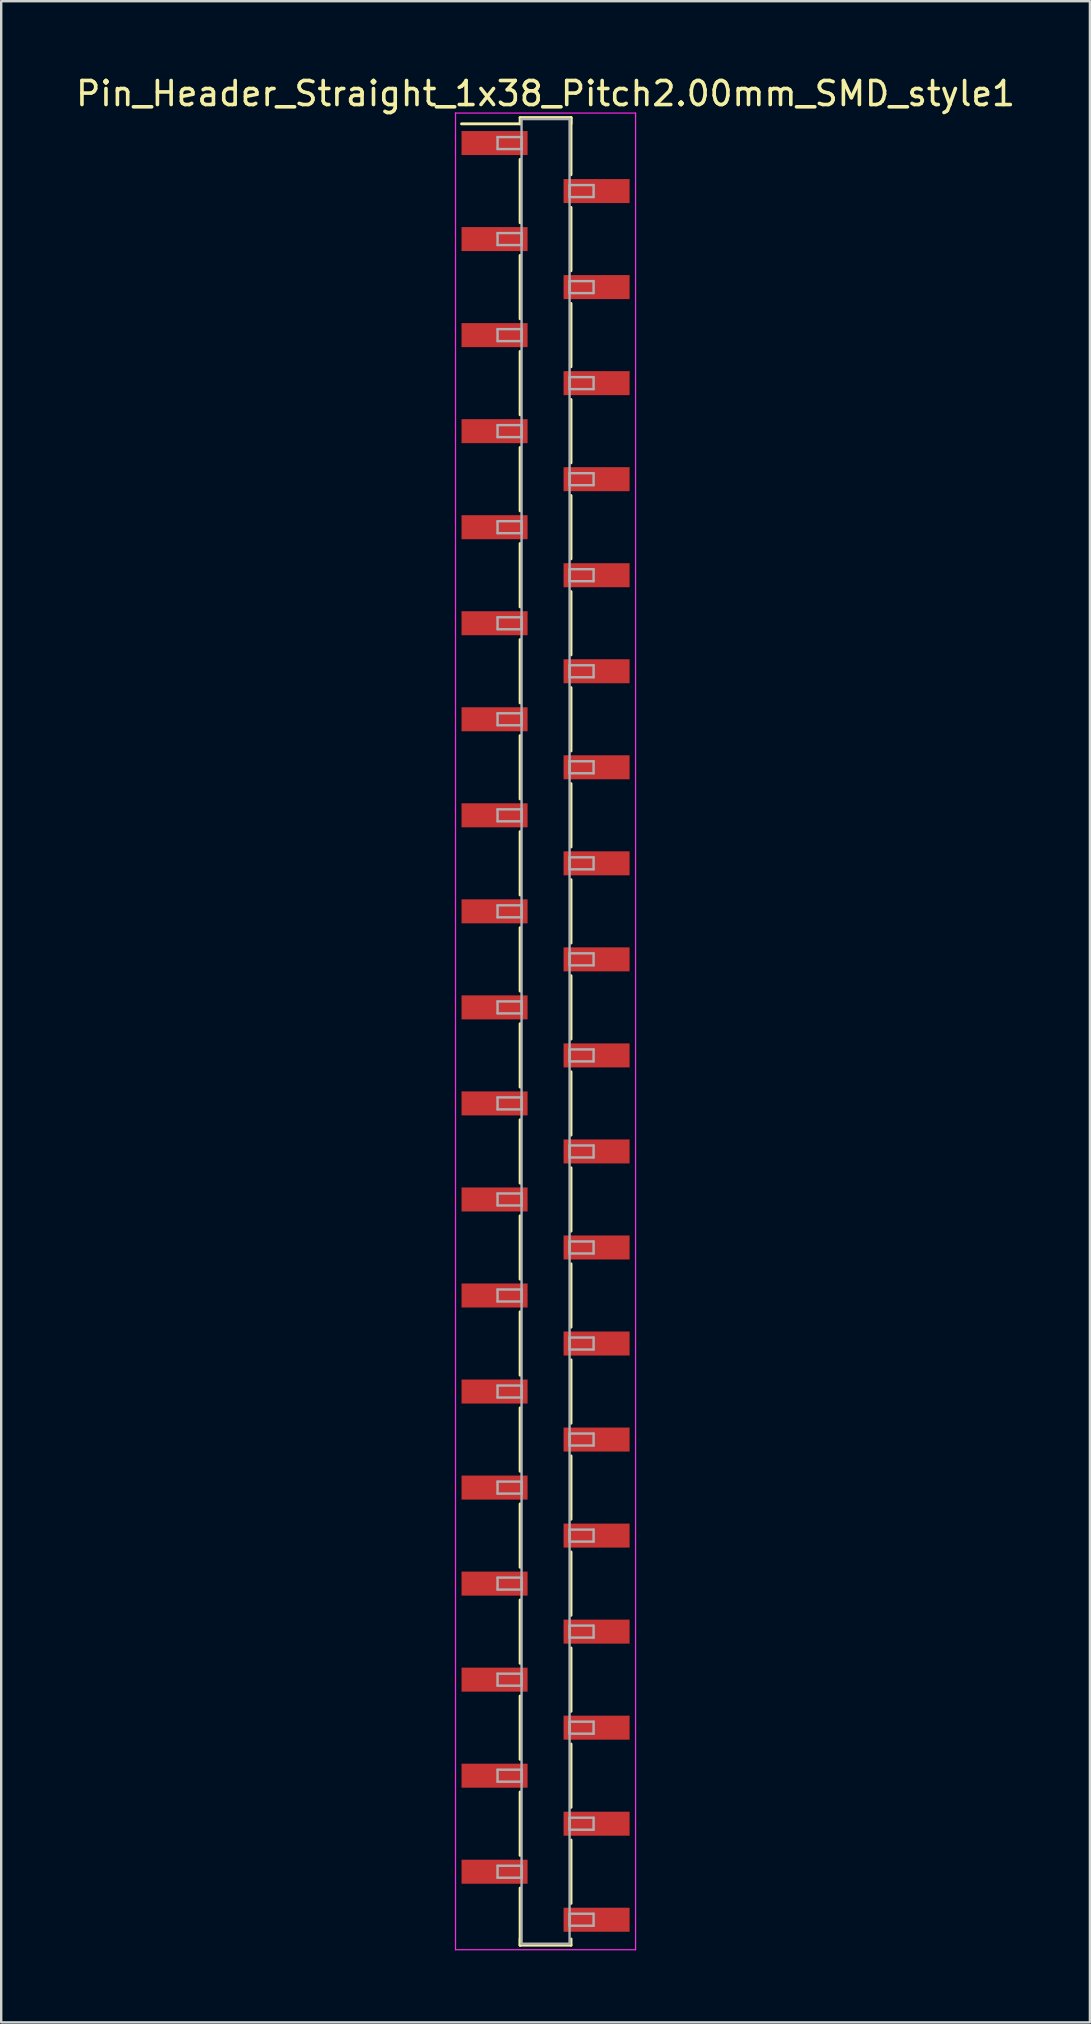
<source format=kicad_pcb>
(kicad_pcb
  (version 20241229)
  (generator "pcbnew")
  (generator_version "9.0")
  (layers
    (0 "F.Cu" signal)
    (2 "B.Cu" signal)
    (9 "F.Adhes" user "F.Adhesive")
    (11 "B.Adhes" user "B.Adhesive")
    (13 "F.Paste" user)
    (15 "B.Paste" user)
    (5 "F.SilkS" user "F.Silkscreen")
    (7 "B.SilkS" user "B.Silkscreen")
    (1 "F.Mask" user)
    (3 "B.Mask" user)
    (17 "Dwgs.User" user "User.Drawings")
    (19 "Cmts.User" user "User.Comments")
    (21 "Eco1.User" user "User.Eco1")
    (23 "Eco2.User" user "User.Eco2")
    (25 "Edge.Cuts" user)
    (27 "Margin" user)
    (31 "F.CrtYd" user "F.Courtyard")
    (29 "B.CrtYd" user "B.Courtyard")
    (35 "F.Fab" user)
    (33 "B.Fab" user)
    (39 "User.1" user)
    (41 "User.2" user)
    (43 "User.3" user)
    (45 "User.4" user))
  (footprint "Pin_Header_Straight_1x38_Pitch2.00mm_SMD_style1"
    (layer "F.Cu")
    (at 19.673 39.908)
    (property "Reference" "Pin_Header_Straight_1x38_Pitch2.00mm_SMD_style1" (at 0 -39.06 0) (layer "F.SilkS") (effects (font (size 1 1) (thickness 0.15))))
    (attr smd)
    (fp_line (start -1.06 -38.06) (end 1.06 -38.06) (stroke (width 0.12) (type solid)) (layer "F.SilkS"))
    (fp_line (start -1.06 -37.8) (end -3.5 -37.8) (stroke (width 0.12) (type solid)) (layer "F.SilkS"))
    (fp_line (start -1.06 -37.8) (end -1.06 -38.06) (stroke (width 0.12) (type solid)) (layer "F.SilkS"))
    (fp_line (start -1.06 -36.32) (end -1.06 -33.68) (stroke (width 0.12) (type solid)) (layer "F.SilkS"))
    (fp_line (start -1.06 -32.32) (end -1.06 -29.68) (stroke (width 0.12) (type solid)) (layer "F.SilkS"))
    (fp_line (start -1.06 -28.32) (end -1.06 -25.68) (stroke (width 0.12) (type solid)) (layer "F.SilkS"))
    (fp_line (start -1.06 -24.32) (end -1.06 -21.68) (stroke (width 0.12) (type solid)) (layer "F.SilkS"))
    (fp_line (start -1.06 -20.32) (end -1.06 -17.68) (stroke (width 0.12) (type solid)) (layer "F.SilkS"))
    (fp_line (start -1.06 -16.32) (end -1.06 -13.68) (stroke (width 0.12) (type solid)) (layer "F.SilkS"))
    (fp_line (start -1.06 -12.32) (end -1.06 -9.68) (stroke (width 0.12) (type solid)) (layer "F.SilkS"))
    (fp_line (start -1.06 -8.32) (end -1.06 -5.68) (stroke (width 0.12) (type solid)) (layer "F.SilkS"))
    (fp_line (start -1.06 -4.32) (end -1.06 -1.68) (stroke (width 0.12) (type solid)) (layer "F.SilkS"))
    (fp_line (start -1.06 -0.32) (end -1.06 2.32) (stroke (width 0.12) (type solid)) (layer "F.SilkS"))
    (fp_line (start -1.06 3.68) (end -1.06 6.32) (stroke (width 0.12) (type solid)) (layer "F.SilkS"))
    (fp_line (start -1.06 7.68) (end -1.06 10.32) (stroke (width 0.12) (type solid)) (layer "F.SilkS"))
    (fp_line (start -1.06 11.68) (end -1.06 14.32) (stroke (width 0.12) (type solid)) (layer "F.SilkS"))
    (fp_line (start -1.06 15.68) (end -1.06 18.32) (stroke (width 0.12) (type solid)) (layer "F.SilkS"))
    (fp_line (start -1.06 19.68) (end -1.06 22.32) (stroke (width 0.12) (type solid)) (layer "F.SilkS"))
    (fp_line (start -1.06 23.68) (end -1.06 26.32) (stroke (width 0.12) (type solid)) (layer "F.SilkS"))
    (fp_line (start -1.06 27.68) (end -1.06 30.32) (stroke (width 0.12) (type solid)) (layer "F.SilkS"))
    (fp_line (start -1.06 31.68) (end -1.06 34.32) (stroke (width 0.12) (type solid)) (layer "F.SilkS"))
    (fp_line (start -1.06 35.68) (end -1.06 38.06) (stroke (width 0.12) (type solid)) (layer "F.SilkS"))
    (fp_line (start -1.06 37.8) (end -1.06 38.06) (stroke (width 0.12) (type solid)) (layer "F.SilkS"))
    (fp_line (start -1.06 38.06) (end 1.06 38.06) (stroke (width 0.12) (type solid)) (layer "F.SilkS"))
    (fp_line (start 1.06 -38.06) (end 1.06 -37.8) (stroke (width 0.12) (type solid)) (layer "F.SilkS"))
    (fp_line (start 1.06 -38.06) (end 1.06 -35.68) (stroke (width 0.12) (type solid)) (layer "F.SilkS"))
    (fp_line (start 1.06 -34.32) (end 1.06 -31.68) (stroke (width 0.12) (type solid)) (layer "F.SilkS"))
    (fp_line (start 1.06 -30.32) (end 1.06 -27.68) (stroke (width 0.12) (type solid)) (layer "F.SilkS"))
    (fp_line (start 1.06 -26.32) (end 1.06 -23.68) (stroke (width 0.12) (type solid)) (layer "F.SilkS"))
    (fp_line (start 1.06 -22.32) (end 1.06 -19.68) (stroke (width 0.12) (type solid)) (layer "F.SilkS"))
    (fp_line (start 1.06 -18.32) (end 1.06 -15.68) (stroke (width 0.12) (type solid)) (layer "F.SilkS"))
    (fp_line (start 1.06 -14.32) (end 1.06 -11.68) (stroke (width 0.12) (type solid)) (layer "F.SilkS"))
    (fp_line (start 1.06 -10.32) (end 1.06 -7.68) (stroke (width 0.12) (type solid)) (layer "F.SilkS"))
    (fp_line (start 1.06 -6.32) (end 1.06 -3.68) (stroke (width 0.12) (type solid)) (layer "F.SilkS"))
    (fp_line (start 1.06 -2.32) (end 1.06 0.32) (stroke (width 0.12) (type solid)) (layer "F.SilkS"))
    (fp_line (start 1.06 1.68) (end 1.06 4.32) (stroke (width 0.12) (type solid)) (layer "F.SilkS"))
    (fp_line (start 1.06 5.68) (end 1.06 8.32) (stroke (width 0.12) (type solid)) (layer "F.SilkS"))
    (fp_line (start 1.06 9.68) (end 1.06 12.32) (stroke (width 0.12) (type solid)) (layer "F.SilkS"))
    (fp_line (start 1.06 13.68) (end 1.06 16.32) (stroke (width 0.12) (type solid)) (layer "F.SilkS"))
    (fp_line (start 1.06 17.68) (end 1.06 20.32) (stroke (width 0.12) (type solid)) (layer "F.SilkS"))
    (fp_line (start 1.06 21.68) (end 1.06 24.32) (stroke (width 0.12) (type solid)) (layer "F.SilkS"))
    (fp_line (start 1.06 25.68) (end 1.06 28.32) (stroke (width 0.12) (type solid)) (layer "F.SilkS"))
    (fp_line (start 1.06 29.68) (end 1.06 32.32) (stroke (width 0.12) (type solid)) (layer "F.SilkS"))
    (fp_line (start 1.06 33.68) (end 1.06 36.32) (stroke (width 0.12) (type solid)) (layer "F.SilkS"))
    (fp_line (start 1.06 38.06) (end 1.06 37.8) (stroke (width 0.12) (type solid)) (layer "F.SilkS"))
    (fp_line (start -3.75 -38.25) (end -3.75 38.25) (stroke (width 0.05) (type solid)) (layer "F.CrtYd"))
    (fp_line (start -3.75 38.25) (end 3.75 38.25) (stroke (width 0.05) (type solid)) (layer "F.CrtYd"))
    (fp_line (start 3.75 -38.25) (end -3.75 -38.25) (stroke (width 0.05) (type solid)) (layer "F.CrtYd"))
    (fp_line (start 3.75 38.25) (end 3.75 -38.25) (stroke (width 0.05) (type solid)) (layer "F.CrtYd"))
    (fp_line (start -2 -37.25) (end -1 -37.25) (stroke (width 0.1) (type solid)) (layer "F.Fab"))
    (fp_line (start -2 -36.75) (end -2 -37.25) (stroke (width 0.1) (type solid)) (layer "F.Fab"))
    (fp_line (start -2 -33.25) (end -1 -33.25) (stroke (width 0.1) (type solid)) (layer "F.Fab"))
    (fp_line (start -2 -32.75) (end -2 -33.25) (stroke (width 0.1) (type solid)) (layer "F.Fab"))
    (fp_line (start -2 -29.25) (end -1 -29.25) (stroke (width 0.1) (type solid)) (layer "F.Fab"))
    (fp_line (start -2 -28.75) (end -2 -29.25) (stroke (width 0.1) (type solid)) (layer "F.Fab"))
    (fp_line (start -2 -25.25) (end -1 -25.25) (stroke (width 0.1) (type solid)) (layer "F.Fab"))
    (fp_line (start -2 -24.75) (end -2 -25.25) (stroke (width 0.1) (type solid)) (layer "F.Fab"))
    (fp_line (start -2 -21.25) (end -1 -21.25) (stroke (width 0.1) (type solid)) (layer "F.Fab"))
    (fp_line (start -2 -20.75) (end -2 -21.25) (stroke (width 0.1) (type solid)) (layer "F.Fab"))
    (fp_line (start -2 -17.25) (end -1 -17.25) (stroke (width 0.1) (type solid)) (layer "F.Fab"))
    (fp_line (start -2 -16.75) (end -2 -17.25) (stroke (width 0.1) (type solid)) (layer "F.Fab"))
    (fp_line (start -2 -13.25) (end -1 -13.25) (stroke (width 0.1) (type solid)) (layer "F.Fab"))
    (fp_line (start -2 -12.75) (end -2 -13.25) (stroke (width 0.1) (type solid)) (layer "F.Fab"))
    (fp_line (start -2 -9.25) (end -1 -9.25) (stroke (width 0.1) (type solid)) (layer "F.Fab"))
    (fp_line (start -2 -8.75) (end -2 -9.25) (stroke (width 0.1) (type solid)) (layer "F.Fab"))
    (fp_line (start -2 -5.25) (end -1 -5.25) (stroke (width 0.1) (type solid)) (layer "F.Fab"))
    (fp_line (start -2 -4.75) (end -2 -5.25) (stroke (width 0.1) (type solid)) (layer "F.Fab"))
    (fp_line (start -2 -1.25) (end -1 -1.25) (stroke (width 0.1) (type solid)) (layer "F.Fab"))
    (fp_line (start -2 -0.75) (end -2 -1.25) (stroke (width 0.1) (type solid)) (layer "F.Fab"))
    (fp_line (start -2 2.75) (end -1 2.75) (stroke (width 0.1) (type solid)) (layer "F.Fab"))
    (fp_line (start -2 3.25) (end -2 2.75) (stroke (width 0.1) (type solid)) (layer "F.Fab"))
    (fp_line (start -2 6.75) (end -1 6.75) (stroke (width 0.1) (type solid)) (layer "F.Fab"))
    (fp_line (start -2 7.25) (end -2 6.75) (stroke (width 0.1) (type solid)) (layer "F.Fab"))
    (fp_line (start -2 10.75) (end -1 10.75) (stroke (width 0.1) (type solid)) (layer "F.Fab"))
    (fp_line (start -2 11.25) (end -2 10.75) (stroke (width 0.1) (type solid)) (layer "F.Fab"))
    (fp_line (start -2 14.75) (end -1 14.75) (stroke (width 0.1) (type solid)) (layer "F.Fab"))
    (fp_line (start -2 15.25) (end -2 14.75) (stroke (width 0.1) (type solid)) (layer "F.Fab"))
    (fp_line (start -2 18.75) (end -1 18.75) (stroke (width 0.1) (type solid)) (layer "F.Fab"))
    (fp_line (start -2 19.25) (end -2 18.75) (stroke (width 0.1) (type solid)) (layer "F.Fab"))
    (fp_line (start -2 22.75) (end -1 22.75) (stroke (width 0.1) (type solid)) (layer "F.Fab"))
    (fp_line (start -2 23.25) (end -2 22.75) (stroke (width 0.1) (type solid)) (layer "F.Fab"))
    (fp_line (start -2 26.75) (end -1 26.75) (stroke (width 0.1) (type solid)) (layer "F.Fab"))
    (fp_line (start -2 27.25) (end -2 26.75) (stroke (width 0.1) (type solid)) (layer "F.Fab"))
    (fp_line (start -2 30.75) (end -1 30.75) (stroke (width 0.1) (type solid)) (layer "F.Fab"))
    (fp_line (start -2 31.25) (end -2 30.75) (stroke (width 0.1) (type solid)) (layer "F.Fab"))
    (fp_line (start -2 34.75) (end -1 34.75) (stroke (width 0.1) (type solid)) (layer "F.Fab"))
    (fp_line (start -2 35.25) (end -2 34.75) (stroke (width 0.1) (type solid)) (layer "F.Fab"))
    (fp_line (start -1 -38) (end -1 38) (stroke (width 0.1) (type solid)) (layer "F.Fab"))
    (fp_line (start -1 -37.25) (end -1 -36.75) (stroke (width 0.1) (type solid)) (layer "F.Fab"))
    (fp_line (start -1 -36.75) (end -2 -36.75) (stroke (width 0.1) (type solid)) (layer "F.Fab"))
    (fp_line (start -1 -33.25) (end -1 -32.75) (stroke (width 0.1) (type solid)) (layer "F.Fab"))
    (fp_line (start -1 -32.75) (end -2 -32.75) (stroke (width 0.1) (type solid)) (layer "F.Fab"))
    (fp_line (start -1 -29.25) (end -1 -28.75) (stroke (width 0.1) (type solid)) (layer "F.Fab"))
    (fp_line (start -1 -28.75) (end -2 -28.75) (stroke (width 0.1) (type solid)) (layer "F.Fab"))
    (fp_line (start -1 -25.25) (end -1 -24.75) (stroke (width 0.1) (type solid)) (layer "F.Fab"))
    (fp_line (start -1 -24.75) (end -2 -24.75) (stroke (width 0.1) (type solid)) (layer "F.Fab"))
    (fp_line (start -1 -21.25) (end -1 -20.75) (stroke (width 0.1) (type solid)) (layer "F.Fab"))
    (fp_line (start -1 -20.75) (end -2 -20.75) (stroke (width 0.1) (type solid)) (layer "F.Fab"))
    (fp_line (start -1 -17.25) (end -1 -16.75) (stroke (width 0.1) (type solid)) (layer "F.Fab"))
    (fp_line (start -1 -16.75) (end -2 -16.75) (stroke (width 0.1) (type solid)) (layer "F.Fab"))
    (fp_line (start -1 -13.25) (end -1 -12.75) (stroke (width 0.1) (type solid)) (layer "F.Fab"))
    (fp_line (start -1 -12.75) (end -2 -12.75) (stroke (width 0.1) (type solid)) (layer "F.Fab"))
    (fp_line (start -1 -9.25) (end -1 -8.75) (stroke (width 0.1) (type solid)) (layer "F.Fab"))
    (fp_line (start -1 -8.75) (end -2 -8.75) (stroke (width 0.1) (type solid)) (layer "F.Fab"))
    (fp_line (start -1 -5.25) (end -1 -4.75) (stroke (width 0.1) (type solid)) (layer "F.Fab"))
    (fp_line (start -1 -4.75) (end -2 -4.75) (stroke (width 0.1) (type solid)) (layer "F.Fab"))
    (fp_line (start -1 -1.25) (end -1 -0.75) (stroke (width 0.1) (type solid)) (layer "F.Fab"))
    (fp_line (start -1 -0.75) (end -2 -0.75) (stroke (width 0.1) (type solid)) (layer "F.Fab"))
    (fp_line (start -1 2.75) (end -1 3.25) (stroke (width 0.1) (type solid)) (layer "F.Fab"))
    (fp_line (start -1 3.25) (end -2 3.25) (stroke (width 0.1) (type solid)) (layer "F.Fab"))
    (fp_line (start -1 6.75) (end -1 7.25) (stroke (width 0.1) (type solid)) (layer "F.Fab"))
    (fp_line (start -1 7.25) (end -2 7.25) (stroke (width 0.1) (type solid)) (layer "F.Fab"))
    (fp_line (start -1 10.75) (end -1 11.25) (stroke (width 0.1) (type solid)) (layer "F.Fab"))
    (fp_line (start -1 11.25) (end -2 11.25) (stroke (width 0.1) (type solid)) (layer "F.Fab"))
    (fp_line (start -1 14.75) (end -1 15.25) (stroke (width 0.1) (type solid)) (layer "F.Fab"))
    (fp_line (start -1 15.25) (end -2 15.25) (stroke (width 0.1) (type solid)) (layer "F.Fab"))
    (fp_line (start -1 18.75) (end -1 19.25) (stroke (width 0.1) (type solid)) (layer "F.Fab"))
    (fp_line (start -1 19.25) (end -2 19.25) (stroke (width 0.1) (type solid)) (layer "F.Fab"))
    (fp_line (start -1 22.75) (end -1 23.25) (stroke (width 0.1) (type solid)) (layer "F.Fab"))
    (fp_line (start -1 23.25) (end -2 23.25) (stroke (width 0.1) (type solid)) (layer "F.Fab"))
    (fp_line (start -1 26.75) (end -1 27.25) (stroke (width 0.1) (type solid)) (layer "F.Fab"))
    (fp_line (start -1 27.25) (end -2 27.25) (stroke (width 0.1) (type solid)) (layer "F.Fab"))
    (fp_line (start -1 30.75) (end -1 31.25) (stroke (width 0.1) (type solid)) (layer "F.Fab"))
    (fp_line (start -1 31.25) (end -2 31.25) (stroke (width 0.1) (type solid)) (layer "F.Fab"))
    (fp_line (start -1 34.75) (end -1 35.25) (stroke (width 0.1) (type solid)) (layer "F.Fab"))
    (fp_line (start -1 35.25) (end -2 35.25) (stroke (width 0.1) (type solid)) (layer "F.Fab"))
    (fp_line (start -1 38) (end 1 38) (stroke (width 0.1) (type solid)) (layer "F.Fab"))
    (fp_line (start 1 -38) (end -1 -38) (stroke (width 0.1) (type solid)) (layer "F.Fab"))
    (fp_line (start 1 -35.25) (end 1 -34.75) (stroke (width 0.1) (type solid)) (layer "F.Fab"))
    (fp_line (start 1 -34.75) (end 2 -34.75) (stroke (width 0.1) (type solid)) (layer "F.Fab"))
    (fp_line (start 1 -31.25) (end 1 -30.75) (stroke (width 0.1) (type solid)) (layer "F.Fab"))
    (fp_line (start 1 -30.75) (end 2 -30.75) (stroke (width 0.1) (type solid)) (layer "F.Fab"))
    (fp_line (start 1 -27.25) (end 1 -26.75) (stroke (width 0.1) (type solid)) (layer "F.Fab"))
    (fp_line (start 1 -26.75) (end 2 -26.75) (stroke (width 0.1) (type solid)) (layer "F.Fab"))
    (fp_line (start 1 -23.25) (end 1 -22.75) (stroke (width 0.1) (type solid)) (layer "F.Fab"))
    (fp_line (start 1 -22.75) (end 2 -22.75) (stroke (width 0.1) (type solid)) (layer "F.Fab"))
    (fp_line (start 1 -19.25) (end 1 -18.75) (stroke (width 0.1) (type solid)) (layer "F.Fab"))
    (fp_line (start 1 -18.75) (end 2 -18.75) (stroke (width 0.1) (type solid)) (layer "F.Fab"))
    (fp_line (start 1 -15.25) (end 1 -14.75) (stroke (width 0.1) (type solid)) (layer "F.Fab"))
    (fp_line (start 1 -14.75) (end 2 -14.75) (stroke (width 0.1) (type solid)) (layer "F.Fab"))
    (fp_line (start 1 -11.25) (end 1 -10.75) (stroke (width 0.1) (type solid)) (layer "F.Fab"))
    (fp_line (start 1 -10.75) (end 2 -10.75) (stroke (width 0.1) (type solid)) (layer "F.Fab"))
    (fp_line (start 1 -7.25) (end 1 -6.75) (stroke (width 0.1) (type solid)) (layer "F.Fab"))
    (fp_line (start 1 -6.75) (end 2 -6.75) (stroke (width 0.1) (type solid)) (layer "F.Fab"))
    (fp_line (start 1 -3.25) (end 1 -2.75) (stroke (width 0.1) (type solid)) (layer "F.Fab"))
    (fp_line (start 1 -2.75) (end 2 -2.75) (stroke (width 0.1) (type solid)) (layer "F.Fab"))
    (fp_line (start 1 0.75) (end 1 1.25) (stroke (width 0.1) (type solid)) (layer "F.Fab"))
    (fp_line (start 1 1.25) (end 2 1.25) (stroke (width 0.1) (type solid)) (layer "F.Fab"))
    (fp_line (start 1 4.75) (end 1 5.25) (stroke (width 0.1) (type solid)) (layer "F.Fab"))
    (fp_line (start 1 5.25) (end 2 5.25) (stroke (width 0.1) (type solid)) (layer "F.Fab"))
    (fp_line (start 1 8.75) (end 1 9.25) (stroke (width 0.1) (type solid)) (layer "F.Fab"))
    (fp_line (start 1 9.25) (end 2 9.25) (stroke (width 0.1) (type solid)) (layer "F.Fab"))
    (fp_line (start 1 12.75) (end 1 13.25) (stroke (width 0.1) (type solid)) (layer "F.Fab"))
    (fp_line (start 1 13.25) (end 2 13.25) (stroke (width 0.1) (type solid)) (layer "F.Fab"))
    (fp_line (start 1 16.75) (end 1 17.25) (stroke (width 0.1) (type solid)) (layer "F.Fab"))
    (fp_line (start 1 17.25) (end 2 17.25) (stroke (width 0.1) (type solid)) (layer "F.Fab"))
    (fp_line (start 1 20.75) (end 1 21.25) (stroke (width 0.1) (type solid)) (layer "F.Fab"))
    (fp_line (start 1 21.25) (end 2 21.25) (stroke (width 0.1) (type solid)) (layer "F.Fab"))
    (fp_line (start 1 24.75) (end 1 25.25) (stroke (width 0.1) (type solid)) (layer "F.Fab"))
    (fp_line (start 1 25.25) (end 2 25.25) (stroke (width 0.1) (type solid)) (layer "F.Fab"))
    (fp_line (start 1 28.75) (end 1 29.25) (stroke (width 0.1) (type solid)) (layer "F.Fab"))
    (fp_line (start 1 29.25) (end 2 29.25) (stroke (width 0.1) (type solid)) (layer "F.Fab"))
    (fp_line (start 1 32.75) (end 1 33.25) (stroke (width 0.1) (type solid)) (layer "F.Fab"))
    (fp_line (start 1 33.25) (end 2 33.25) (stroke (width 0.1) (type solid)) (layer "F.Fab"))
    (fp_line (start 1 36.75) (end 1 37.25) (stroke (width 0.1) (type solid)) (layer "F.Fab"))
    (fp_line (start 1 37.25) (end 2 37.25) (stroke (width 0.1) (type solid)) (layer "F.Fab"))
    (fp_line (start 1 38) (end 1 -38) (stroke (width 0.1) (type solid)) (layer "F.Fab"))
    (fp_line (start 2 -35.25) (end 1 -35.25) (stroke (width 0.1) (type solid)) (layer "F.Fab"))
    (fp_line (start 2 -34.75) (end 2 -35.25) (stroke (width 0.1) (type solid)) (layer "F.Fab"))
    (fp_line (start 2 -31.25) (end 1 -31.25) (stroke (width 0.1) (type solid)) (layer "F.Fab"))
    (fp_line (start 2 -30.75) (end 2 -31.25) (stroke (width 0.1) (type solid)) (layer "F.Fab"))
    (fp_line (start 2 -27.25) (end 1 -27.25) (stroke (width 0.1) (type solid)) (layer "F.Fab"))
    (fp_line (start 2 -26.75) (end 2 -27.25) (stroke (width 0.1) (type solid)) (layer "F.Fab"))
    (fp_line (start 2 -23.25) (end 1 -23.25) (stroke (width 0.1) (type solid)) (layer "F.Fab"))
    (fp_line (start 2 -22.75) (end 2 -23.25) (stroke (width 0.1) (type solid)) (layer "F.Fab"))
    (fp_line (start 2 -19.25) (end 1 -19.25) (stroke (width 0.1) (type solid)) (layer "F.Fab"))
    (fp_line (start 2 -18.75) (end 2 -19.25) (stroke (width 0.1) (type solid)) (layer "F.Fab"))
    (fp_line (start 2 -15.25) (end 1 -15.25) (stroke (width 0.1) (type solid)) (layer "F.Fab"))
    (fp_line (start 2 -14.75) (end 2 -15.25) (stroke (width 0.1) (type solid)) (layer "F.Fab"))
    (fp_line (start 2 -11.25) (end 1 -11.25) (stroke (width 0.1) (type solid)) (layer "F.Fab"))
    (fp_line (start 2 -10.75) (end 2 -11.25) (stroke (width 0.1) (type solid)) (layer "F.Fab"))
    (fp_line (start 2 -7.25) (end 1 -7.25) (stroke (width 0.1) (type solid)) (layer "F.Fab"))
    (fp_line (start 2 -6.75) (end 2 -7.25) (stroke (width 0.1) (type solid)) (layer "F.Fab"))
    (fp_line (start 2 -3.25) (end 1 -3.25) (stroke (width 0.1) (type solid)) (layer "F.Fab"))
    (fp_line (start 2 -2.75) (end 2 -3.25) (stroke (width 0.1) (type solid)) (layer "F.Fab"))
    (fp_line (start 2 0.75) (end 1 0.75) (stroke (width 0.1) (type solid)) (layer "F.Fab"))
    (fp_line (start 2 1.25) (end 2 0.75) (stroke (width 0.1) (type solid)) (layer "F.Fab"))
    (fp_line (start 2 4.75) (end 1 4.75) (stroke (width 0.1) (type solid)) (layer "F.Fab"))
    (fp_line (start 2 5.25) (end 2 4.75) (stroke (width 0.1) (type solid)) (layer "F.Fab"))
    (fp_line (start 2 8.75) (end 1 8.75) (stroke (width 0.1) (type solid)) (layer "F.Fab"))
    (fp_line (start 2 9.25) (end 2 8.75) (stroke (width 0.1) (type solid)) (layer "F.Fab"))
    (fp_line (start 2 12.75) (end 1 12.75) (stroke (width 0.1) (type solid)) (layer "F.Fab"))
    (fp_line (start 2 13.25) (end 2 12.75) (stroke (width 0.1) (type solid)) (layer "F.Fab"))
    (fp_line (start 2 16.75) (end 1 16.75) (stroke (width 0.1) (type solid)) (layer "F.Fab"))
    (fp_line (start 2 17.25) (end 2 16.75) (stroke (width 0.1) (type solid)) (layer "F.Fab"))
    (fp_line (start 2 20.75) (end 1 20.75) (stroke (width 0.1) (type solid)) (layer "F.Fab"))
    (fp_line (start 2 21.25) (end 2 20.75) (stroke (width 0.1) (type solid)) (layer "F.Fab"))
    (fp_line (start 2 24.75) (end 1 24.75) (stroke (width 0.1) (type solid)) (layer "F.Fab"))
    (fp_line (start 2 25.25) (end 2 24.75) (stroke (width 0.1) (type solid)) (layer "F.Fab"))
    (fp_line (start 2 28.75) (end 1 28.75) (stroke (width 0.1) (type solid)) (layer "F.Fab"))
    (fp_line (start 2 29.25) (end 2 28.75) (stroke (width 0.1) (type solid)) (layer "F.Fab"))
    (fp_line (start 2 32.75) (end 1 32.75) (stroke (width 0.1) (type solid)) (layer "F.Fab"))
    (fp_line (start 2 33.25) (end 2 32.75) (stroke (width 0.1) (type solid)) (layer "F.Fab"))
    (fp_line (start 2 36.75) (end 1 36.75) (stroke (width 0.1) (type solid)) (layer "F.Fab"))
    (fp_line (start 2 37.25) (end 2 36.75) (stroke (width 0.1) (type solid)) (layer "F.Fab"))
    (pad "1" smd rect (at -2.125 -37) (size 2.75 1) (layers "F.Cu" "F.Mask"))
    (pad "2" smd rect (at 2.125 -35) (size 2.75 1) (layers "F.Cu" "F.Mask"))
    (pad "3" smd rect (at -2.125 -33) (size 2.75 1) (layers "F.Cu" "F.Mask"))
    (pad "4" smd rect (at 2.125 -31) (size 2.75 1) (layers "F.Cu" "F.Mask"))
    (pad "5" smd rect (at -2.125 -29) (size 2.75 1) (layers "F.Cu" "F.Mask"))
    (pad "6" smd rect (at 2.125 -27) (size 2.75 1) (layers "F.Cu" "F.Mask"))
    (pad "7" smd rect (at -2.125 -25) (size 2.75 1) (layers "F.Cu" "F.Mask"))
    (pad "8" smd rect (at 2.125 -23) (size 2.75 1) (layers "F.Cu" "F.Mask"))
    (pad "9" smd rect (at -2.125 -21) (size 2.75 1) (layers "F.Cu" "F.Mask"))
    (pad "10" smd rect (at 2.125 -19) (size 2.75 1) (layers "F.Cu" "F.Mask"))
    (pad "11" smd rect (at -2.125 -17) (size 2.75 1) (layers "F.Cu" "F.Mask"))
    (pad "12" smd rect (at 2.125 -15) (size 2.75 1) (layers "F.Cu" "F.Mask"))
    (pad "13" smd rect (at -2.125 -13) (size 2.75 1) (layers "F.Cu" "F.Mask"))
    (pad "14" smd rect (at 2.125 -11) (size 2.75 1) (layers "F.Cu" "F.Mask"))
    (pad "15" smd rect (at -2.125 -9) (size 2.75 1) (layers "F.Cu" "F.Mask"))
    (pad "16" smd rect (at 2.125 -7) (size 2.75 1) (layers "F.Cu" "F.Mask"))
    (pad "17" smd rect (at -2.125 -5) (size 2.75 1) (layers "F.Cu" "F.Mask"))
    (pad "18" smd rect (at 2.125 -3) (size 2.75 1) (layers "F.Cu" "F.Mask"))
    (pad "19" smd rect (at -2.125 -1) (size 2.75 1) (layers "F.Cu" "F.Mask"))
    (pad "20" smd rect (at 2.125 1) (size 2.75 1) (layers "F.Cu" "F.Mask"))
    (pad "21" smd rect (at -2.125 3) (size 2.75 1) (layers "F.Cu" "F.Mask"))
    (pad "22" smd rect (at 2.125 5) (size 2.75 1) (layers "F.Cu" "F.Mask"))
    (pad "23" smd rect (at -2.125 7) (size 2.75 1) (layers "F.Cu" "F.Mask"))
    (pad "24" smd rect (at 2.125 9) (size 2.75 1) (layers "F.Cu" "F.Mask"))
    (pad "25" smd rect (at -2.125 11) (size 2.75 1) (layers "F.Cu" "F.Mask"))
    (pad "26" smd rect (at 2.125 13) (size 2.75 1) (layers "F.Cu" "F.Mask"))
    (pad "27" smd rect (at -2.125 15) (size 2.75 1) (layers "F.Cu" "F.Mask"))
    (pad "28" smd rect (at 2.125 17) (size 2.75 1) (layers "F.Cu" "F.Mask"))
    (pad "29" smd rect (at -2.125 19) (size 2.75 1) (layers "F.Cu" "F.Mask"))
    (pad "30" smd rect (at 2.125 21) (size 2.75 1) (layers "F.Cu" "F.Mask"))
    (pad "31" smd rect (at -2.125 23) (size 2.75 1) (layers "F.Cu" "F.Mask"))
    (pad "32" smd rect (at 2.125 25) (size 2.75 1) (layers "F.Cu" "F.Mask"))
    (pad "33" smd rect (at -2.125 27) (size 2.75 1) (layers "F.Cu" "F.Mask"))
    (pad "34" smd rect (at 2.125 29) (size 2.75 1) (layers "F.Cu" "F.Mask"))
    (pad "35" smd rect (at -2.125 31) (size 2.75 1) (layers "F.Cu" "F.Mask"))
    (pad "36" smd rect (at 2.125 33) (size 2.75 1) (layers "F.Cu" "F.Mask"))
    (pad "37" smd rect (at -2.125 35) (size 2.75 1) (layers "F.Cu" "F.Mask"))
    (pad "38" smd rect (at 2.125 37) (size 2.75 1) (layers "F.Cu" "F.Mask")))
  (gr_rect
    (start -3 -3)
    (end 42.345 81.183)
    (stroke (width 0.1) (type default))
    (fill no)
    (layer "Edge.Cuts")))
</source>
